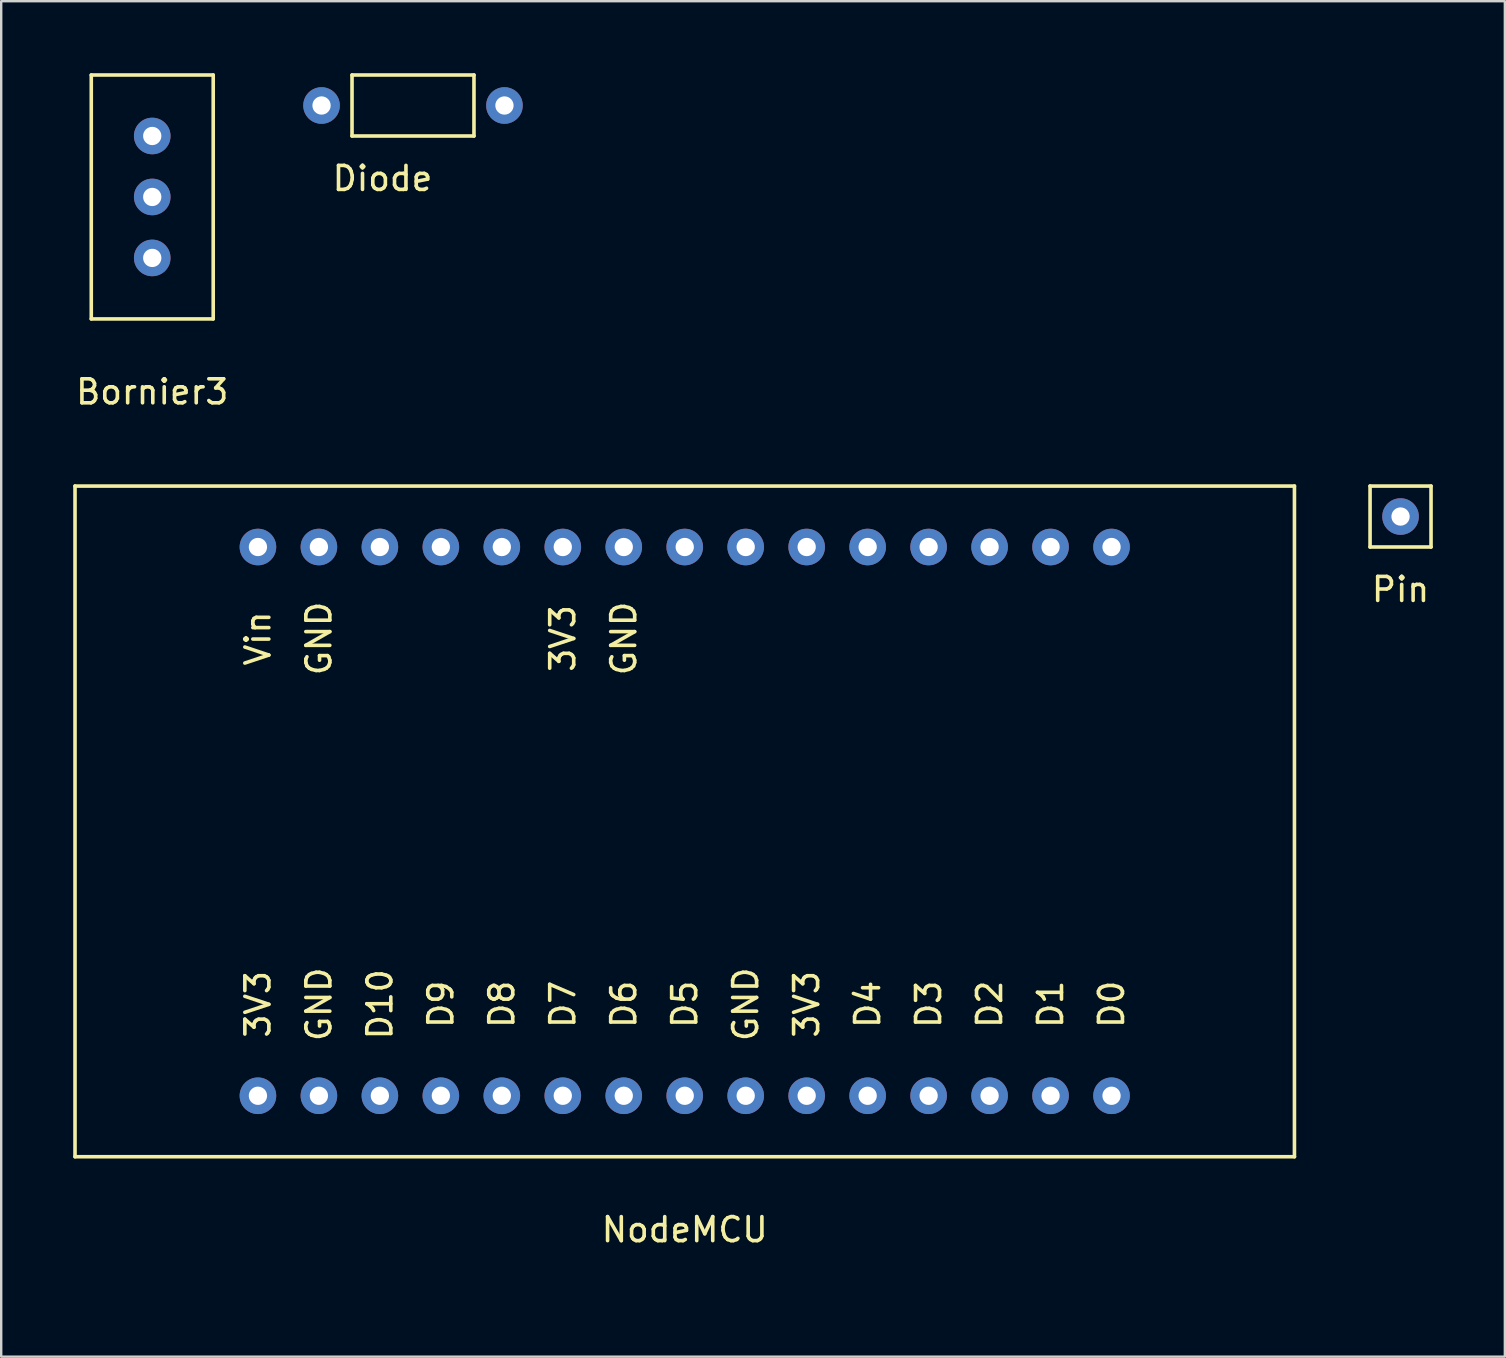
<source format=kicad_pcb>
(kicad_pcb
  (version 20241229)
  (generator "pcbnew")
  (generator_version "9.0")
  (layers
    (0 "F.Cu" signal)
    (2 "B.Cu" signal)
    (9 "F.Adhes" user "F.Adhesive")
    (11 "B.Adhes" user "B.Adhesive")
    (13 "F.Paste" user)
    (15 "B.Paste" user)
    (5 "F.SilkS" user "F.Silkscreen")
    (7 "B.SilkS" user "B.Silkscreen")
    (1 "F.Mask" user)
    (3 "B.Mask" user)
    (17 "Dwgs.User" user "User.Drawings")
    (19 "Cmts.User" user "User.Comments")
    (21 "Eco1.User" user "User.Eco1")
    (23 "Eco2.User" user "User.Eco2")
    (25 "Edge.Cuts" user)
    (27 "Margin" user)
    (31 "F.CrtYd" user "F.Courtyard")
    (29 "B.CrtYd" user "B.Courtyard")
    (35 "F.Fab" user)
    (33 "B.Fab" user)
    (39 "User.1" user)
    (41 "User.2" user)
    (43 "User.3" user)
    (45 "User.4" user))
  (footprint "NodeMCU"
    (layer "F.Cu")
    (at 25.475 50.218)
    (property "Reference" "NodeMCU" (at 0 -2.04 0) (layer "F.SilkS") (effects (font (size 1 1) (thickness 0.15))))
    (attr through_hole)
    (fp_line (start -25.4 -33.02) (end -25.4 -5.08) (stroke (width 0.15) (type solid)) (layer "F.SilkS"))
    (fp_line (start 25.4 -33.02) (end -25.4 -33.02) (stroke (width 0.15) (type solid)) (layer "F.SilkS"))
    (fp_line (start 25.4 -5.08) (end -25.4 -5.08) (stroke (width 0.15) (type solid)) (layer "F.SilkS"))
    (fp_line (start 25.4 -5.08) (end 25.4 -33.02) (stroke (width 0.15) (type solid)) (layer "F.SilkS"))
    (fp_text user "GND" (at -2.54 -26.67 90) (layer "F.SilkS") (effects (font (size 1 1) (thickness 0.15))))
    (fp_text user "3V3" (at -17.78 -11.43 90) (layer "F.SilkS") (effects (font (size 1 1) (thickness 0.15))))
    (fp_text user "D1" (at 15.24 -11.43 90) (layer "F.SilkS") (effects (font (size 1 1) (thickness 0.15))))
    (fp_text user "D10" (at -12.7 -11.43 90) (layer "F.SilkS") (effects (font (size 1 1) (thickness 0.15))))
    (fp_text user "D2" (at 12.7 -11.43 90) (layer "F.SilkS") (effects (font (size 1 1) (thickness 0.15))))
    (fp_text user "Vin" (at -17.78 -26.67 90) (layer "F.SilkS") (effects (font (size 1 1) (thickness 0.15))))
    (fp_text user "D3" (at 10.16 -11.43 90) (layer "F.SilkS") (effects (font (size 1 1) (thickness 0.15))))
    (fp_text user "GND" (at 2.54 -11.43 90) (layer "F.SilkS") (effects (font (size 1 1) (thickness 0.15))))
    (fp_text user "D8" (at -7.62 -11.43 90) (layer "F.SilkS") (effects (font (size 1 1) (thickness 0.15))))
    (fp_text user "D6" (at -2.54 -11.43 90) (layer "F.SilkS") (effects (font (size 1 1) (thickness 0.15))))
    (fp_text user "GND" (at -15.24 -11.43 90) (layer "F.SilkS") (effects (font (size 1 1) (thickness 0.15))))
    (fp_text user "GND" (at -15.24 -26.67 90) (layer "F.SilkS") (effects (font (size 1 1) (thickness 0.15))))
    (fp_text user "D4" (at 7.62 -11.43 90) (layer "F.SilkS") (effects (font (size 1 1) (thickness 0.15))))
    (fp_text user "D7" (at -5.08 -11.43 90) (layer "F.SilkS") (effects (font (size 1 1) (thickness 0.15))))
    (fp_text user "3V3" (at -5.08 -26.67 90) (layer "F.SilkS") (effects (font (size 1 1) (thickness 0.15))))
    (fp_text user "D9" (at -10.16 -11.43 90) (layer "F.SilkS") (effects (font (size 1 1) (thickness 0.15))))
    (fp_text user "3V3" (at 5.08 -11.43 90) (layer "F.SilkS") (effects (font (size 1 1) (thickness 0.15))))
    (fp_text user "D5" (at 0 -11.43 90) (layer "F.SilkS") (effects (font (size 1 1) (thickness 0.15))))
    (fp_text user "D0" (at 17.78 -11.43 90) (layer "F.SilkS") (effects (font (size 1 1) (thickness 0.15))))
    (pad "13" thru_hole circle (at 0 -7.62) (size 1.524 1.524) (drill 0.762) (layers "*.Cu" "*.Mask"))
    (pad "14" thru_hole circle (at 2.54 -7.62) (size 1.524 1.524) (drill 0.762) (layers "*.Cu" "*.Mask"))
    (pad "15" thru_hole circle (at 5.08 -7.62) (size 1.524 1.524) (drill 0.762) (layers "*.Cu" "*.Mask"))
    (pad "16" thru_hole circle (at 7.62 -7.62) (size 1.524 1.524) (drill 0.762) (layers "*.Cu" "*.Mask"))
    (pad "17" thru_hole circle (at 10.16 -7.62) (size 1.524 1.524) (drill 0.762) (layers "*.Cu" "*.Mask"))
    (pad "18" thru_hole circle (at 12.7 -7.62) (size 1.524 1.524) (drill 0.762) (layers "*.Cu" "*.Mask"))
    (pad "19" thru_hole circle (at 15.24 -7.62) (size 1.524 1.524) (drill 0.762) (layers "*.Cu" "*.Mask"))
    (pad "20" thru_hole circle (at 17.78 -7.62) (size 1.524 1.524) (drill 0.762) (layers "*.Cu" "*.Mask"))
    (pad "21" thru_hole circle (at -2.54 -7.62) (size 1.524 1.524) (drill 0.762) (layers "*.Cu" "*.Mask"))
    (pad "22" thru_hole circle (at -5.08 -7.62) (size 1.524 1.524) (drill 0.762) (layers "*.Cu" "*.Mask"))
    (pad "23" thru_hole circle (at -7.62 -7.62) (size 1.524 1.524) (drill 0.762) (layers "*.Cu" "*.Mask"))
    (pad "24" thru_hole circle (at -10.16 -7.62) (size 1.524 1.524) (drill 0.762) (layers "*.Cu" "*.Mask"))
    (pad "25" thru_hole circle (at -12.7 -7.62) (size 1.524 1.524) (drill 0.762) (layers "*.Cu" "*.Mask"))
    (pad "26" thru_hole circle (at -15.24 -7.62) (size 1.524 1.524) (drill 0.762) (layers "*.Cu" "*.Mask"))
    (pad "27" thru_hole circle (at -17.78 -7.62) (size 1.524 1.524) (drill 0.762) (layers "*.Cu" "*.Mask"))
    (pad "29" thru_hole circle (at 17.78 -30.48) (size 1.524 1.524) (drill 0.762) (layers "*.Cu" "*.Mask"))
    (pad "30" thru_hole circle (at 15.24 -30.48) (size 1.524 1.524) (drill 0.762) (layers "*.Cu" "*.Mask"))
    (pad "31" thru_hole circle (at 12.7 -30.48) (size 1.524 1.524) (drill 0.762) (layers "*.Cu" "*.Mask"))
    (pad "32" thru_hole circle (at 10.16 -30.48) (size 1.524 1.524) (drill 0.762) (layers "*.Cu" "*.Mask"))
    (pad "33" thru_hole circle (at 7.62 -30.48) (size 1.524 1.524) (drill 0.762) (layers "*.Cu" "*.Mask"))
    (pad "34" thru_hole circle (at 5.08 -30.48) (size 1.524 1.524) (drill 0.762) (layers "*.Cu" "*.Mask"))
    (pad "35" thru_hole circle (at 2.54 -30.48) (size 1.524 1.524) (drill 0.762) (layers "*.Cu" "*.Mask"))
    (pad "36" thru_hole circle (at 0 -30.48) (size 1.524 1.524) (drill 0.762) (layers "*.Cu" "*.Mask"))
    (pad "37" thru_hole circle (at -2.54 -30.48) (size 1.524 1.524) (drill 0.762) (layers "*.Cu" "*.Mask"))
    (pad "38" thru_hole circle (at -5.08 -30.48) (size 1.524 1.524) (drill 0.762) (layers "*.Cu" "*.Mask"))
    (pad "39" thru_hole circle (at -7.62 -30.48) (size 1.524 1.524) (drill 0.762) (layers "*.Cu" "*.Mask"))
    (pad "40" thru_hole circle (at -10.16 -30.48) (size 1.524 1.524) (drill 0.762) (layers "*.Cu" "*.Mask"))
    (pad "41" thru_hole circle (at -12.7 -30.48) (size 1.524 1.524) (drill 0.762) (layers "*.Cu" "*.Mask"))
    (pad "42" thru_hole circle (at -15.24 -30.48) (size 1.524 1.524) (drill 0.762) (layers "*.Cu" "*.Mask"))
    (pad "43" thru_hole circle (at -17.78 -30.48) (size 1.524 1.524) (drill 0.762) (layers "*.Cu" "*.Mask")))
  (footprint "Pin"
    (layer "F.Cu")
    (at 55.295 21.008)
    (property "Reference" "Pin" (at 0 0.5 0) (layer "F.SilkS") (effects (font (size 1 1) (thickness 0.15))))
    (attr through_hole)
    (fp_line (start -1.27 -3.81) (end -1.27 -1.27) (stroke (width 0.15) (type solid)) (layer "F.SilkS"))
    (fp_line (start -1.27 -1.27) (end 1.27 -1.27) (stroke (width 0.15) (type solid)) (layer "F.SilkS"))
    (fp_line (start 1.27 -3.81) (end -1.27 -3.81) (stroke (width 0.15) (type solid)) (layer "F.SilkS"))
    (fp_line (start 1.27 -1.27) (end 1.27 -3.81) (stroke (width 0.15) (type solid)) (layer "F.SilkS"))
    (pad "1" thru_hole circle (at 0 -2.54) (size 1.524 1.524) (drill 0.762) (layers "*.Cu" "*.Mask")))
  (footprint "Bornier3"
    (layer "F.Cu")
    (at 3.292 12.775)
    (property "Reference" "Bornier3" (at 0 0.5 0) (layer "F.SilkS") (effects (font (size 1 1) (thickness 0.15))))
    (attr through_hole)
    (fp_line (start -2.54 -12.7) (end -2.54 -2.54) (stroke (width 0.15) (type solid)) (layer "F.SilkS"))
    (fp_line (start -2.54 -2.54) (end 2.54 -2.54) (stroke (width 0.15) (type solid)) (layer "F.SilkS"))
    (fp_line (start 2.54 -12.7) (end -2.54 -12.7) (stroke (width 0.15) (type solid)) (layer "F.SilkS"))
    (fp_line (start 2.54 -2.54) (end 2.54 -12.7) (stroke (width 0.15) (type solid)) (layer "F.SilkS"))
    (pad "1" thru_hole circle (at 0 -5.08) (size 1.524 1.524) (drill 0.762) (layers "*.Cu" "*.Mask"))
    (pad "2" thru_hole circle (at 0 -7.62) (size 1.524 1.524) (drill 0.762) (layers "*.Cu" "*.Mask"))
    (pad "3" thru_hole circle (at 0 -10.16) (size 1.524 1.524) (drill 0.762) (layers "*.Cu" "*.Mask")))
  (footprint "Diode"
    (layer "F.Cu")
    (at 12.885 3.885)
    (property "Reference" "Diode" (at 0 0.5 0) (layer "F.SilkS") (effects (font (size 1 1) (thickness 0.15))))
    (attr through_hole)
    (fp_line (start -1.27 -3.81) (end -1.27 -1.27) (stroke (width 0.15) (type solid)) (layer "F.SilkS"))
    (fp_line (start -1.27 -1.27) (end 3.81 -1.27) (stroke (width 0.15) (type solid)) (layer "F.SilkS"))
    (fp_line (start 3.81 -3.81) (end -1.27 -3.81) (stroke (width 0.15) (type solid)) (layer "F.SilkS"))
    (fp_line (start 3.81 -1.27) (end 3.81 -3.81) (stroke (width 0.15) (type solid)) (layer "F.SilkS"))
    (pad "1" thru_hole circle (at 5.08 -2.54) (size 1.524 1.524) (drill 0.762) (layers "*.Cu" "*.Mask"))
    (pad "2" thru_hole circle (at -2.54 -2.54) (size 1.524 1.524) (drill 0.762) (layers "*.Cu" "*.Mask")))
  (gr_rect
    (start -3 -3)
    (end 59.64 53.468)
    (stroke (width 0.1) (type default))
    (fill no)
    (layer "Edge.Cuts")))
</source>
